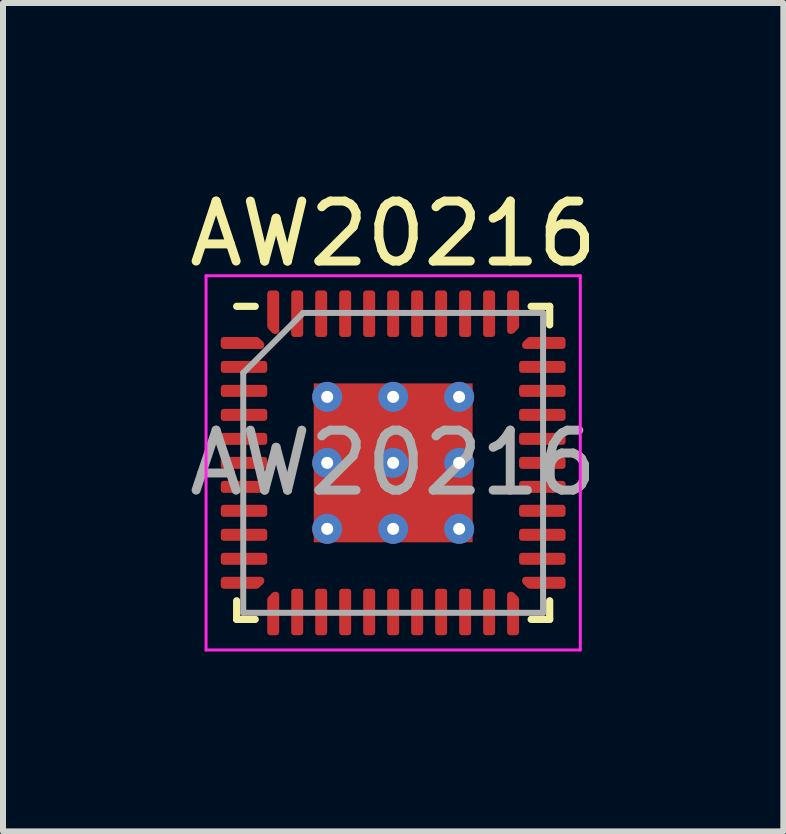
<source format=kicad_pcb>
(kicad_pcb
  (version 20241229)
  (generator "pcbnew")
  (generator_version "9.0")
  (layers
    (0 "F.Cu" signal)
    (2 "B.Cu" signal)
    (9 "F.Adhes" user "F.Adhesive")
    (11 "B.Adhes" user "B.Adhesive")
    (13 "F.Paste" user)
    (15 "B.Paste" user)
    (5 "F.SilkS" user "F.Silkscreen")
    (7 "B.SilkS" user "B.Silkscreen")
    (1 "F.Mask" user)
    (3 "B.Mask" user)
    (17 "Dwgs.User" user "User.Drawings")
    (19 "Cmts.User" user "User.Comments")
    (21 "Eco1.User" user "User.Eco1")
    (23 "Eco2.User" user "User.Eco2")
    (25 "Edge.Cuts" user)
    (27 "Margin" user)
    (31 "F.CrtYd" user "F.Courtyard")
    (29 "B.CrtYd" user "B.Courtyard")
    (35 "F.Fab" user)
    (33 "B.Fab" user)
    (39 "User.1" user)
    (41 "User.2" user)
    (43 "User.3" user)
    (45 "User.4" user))
  (footprint "AW20216"
    (layer "F.Cu")
    (at 3.506 4.668)
    (property "Reference" "AW20216" (at 0 -3.82 0) (layer "F.SilkS") (effects (font (size 1 1) (thickness 0.15))))
    (attr smd)
    (fp_line (start -2.61 -2.61) (end -2.3 -2.61) (stroke (width 0.12) (type solid)) (layer "F.SilkS"))
    (fp_line (start -2.61 2.61) (end -2.61 2.3) (stroke (width 0.12) (type solid)) (layer "F.SilkS"))
    (fp_line (start -2.3 2.61) (end -2.61 2.61) (stroke (width 0.12) (type solid)) (layer "F.SilkS"))
    (fp_line (start 2.3 -2.61) (end 2.61 -2.61) (stroke (width 0.12) (type solid)) (layer "F.SilkS"))
    (fp_line (start 2.3 2.61) (end 2.61 2.61) (stroke (width 0.12) (type solid)) (layer "F.SilkS"))
    (fp_line (start 2.61 -2.61) (end 2.61 -2.3) (stroke (width 0.12) (type solid)) (layer "F.SilkS"))
    (fp_line (start 2.61 2.61) (end 2.61 2.3) (stroke (width 0.12) (type solid)) (layer "F.SilkS"))
    (fp_line (start -3.12 -3.12) (end -3.12 3.12) (stroke (width 0.05) (type solid)) (layer "F.CrtYd"))
    (fp_line (start -3.12 3.12) (end 3.12 3.12) (stroke (width 0.05) (type solid)) (layer "F.CrtYd"))
    (fp_line (start 3.12 -3.12) (end -3.12 -3.12) (stroke (width 0.05) (type solid)) (layer "F.CrtYd"))
    (fp_line (start 3.12 3.12) (end 3.12 -3.12) (stroke (width 0.05) (type solid)) (layer "F.CrtYd"))
    (fp_line (start -2.5 -1.5) (end -1.5 -2.5) (stroke (width 0.1) (type solid)) (layer "F.Fab"))
    (fp_line (start -2.5 2.5) (end -2.5 -1.5) (stroke (width 0.1) (type solid)) (layer "F.Fab"))
    (fp_line (start -1.5 -2.5) (end 2.5 -2.5) (stroke (width 0.1) (type solid)) (layer "F.Fab"))
    (fp_line (start 2.5 -2.5) (end 2.5 2.5) (stroke (width 0.1) (type solid)) (layer "F.Fab"))
    (fp_line (start 2.5 2.5) (end -2.5 2.5) (stroke (width 0.1) (type solid)) (layer "F.Fab"))
    (fp_text user "${REFERENCE}" (at 0 0 0) (layer "F.Fab") (effects (font (size 1 1) (thickness 0.15))))
    (pad "" smd custom (at -0.8 -0.8) (size 0.65 0.65) (layers "F.Paste") (options (anchor circle)) (primitives (gr_poly (pts (xy -0.25 -0.159) (xy -0.15 -0.259) (xy 0.15 -0.259) (xy 0.25 -0.159) (xy 0.25 0.16) (xy 0.15 0.26) (xy -0.15 0.26) (xy -0.25 0.16)) (width 0.232) (fill yes))))
    (pad "" smd custom (at -0.8 0) (size 0.65 0.65) (layers "F.Paste") (options (anchor circle)) (primitives (gr_poly (pts (xy -0.25 -0.159) (xy -0.15 -0.259) (xy 0.15 -0.259) (xy 0.25 -0.159) (xy 0.25 0.16) (xy 0.15 0.26) (xy -0.15 0.26) (xy -0.25 0.16)) (width 0.232) (fill yes))))
    (pad "" smd custom (at -0.8 0.8) (size 0.65 0.65) (layers "F.Paste") (options (anchor circle)) (primitives (gr_poly (pts (xy -0.25 -0.159) (xy -0.15 -0.259) (xy 0.15 -0.259) (xy 0.25 -0.159) (xy 0.25 0.16) (xy 0.15 0.26) (xy -0.15 0.26) (xy -0.25 0.16)) (width 0.232) (fill yes))))
    (pad "" smd custom (at 0 -0.8) (size 0.65 0.65) (layers "F.Paste") (options (anchor circle)) (primitives (gr_poly (pts (xy -0.25 -0.159) (xy -0.15 -0.259) (xy 0.15 -0.259) (xy 0.25 -0.159) (xy 0.25 0.16) (xy 0.15 0.26) (xy -0.15 0.26) (xy -0.25 0.16)) (width 0.232) (fill yes))))
    (pad "" smd custom (at 0 0) (size 0.65 0.65) (layers "F.Paste") (options (anchor circle)) (primitives (gr_poly (pts (xy -0.25 -0.159) (xy -0.15 -0.259) (xy 0.15 -0.259) (xy 0.25 -0.159) (xy 0.25 0.16) (xy 0.15 0.26) (xy -0.15 0.26) (xy -0.25 0.16)) (width 0.232) (fill yes))))
    (pad "" smd custom (at 0 0.8) (size 0.65 0.65) (layers "F.Paste") (options (anchor circle)) (primitives (gr_poly (pts (xy -0.25 -0.159) (xy -0.15 -0.259) (xy 0.15 -0.259) (xy 0.25 -0.159) (xy 0.25 0.16) (xy 0.15 0.26) (xy -0.15 0.26) (xy -0.25 0.16)) (width 0.232) (fill yes))))
    (pad "" smd custom (at 0.8 -0.8) (size 0.65 0.65) (layers "F.Paste") (options (anchor circle)) (primitives (gr_poly (pts (xy -0.25 -0.159) (xy -0.15 -0.259) (xy 0.15 -0.259) (xy 0.25 -0.159) (xy 0.25 0.16) (xy 0.15 0.26) (xy -0.15 0.26) (xy -0.25 0.16)) (width 0.232) (fill yes))))
    (pad "" smd custom (at 0.8 0) (size 0.65 0.65) (layers "F.Paste") (options (anchor circle)) (primitives (gr_poly (pts (xy -0.25 -0.159) (xy -0.15 -0.259) (xy 0.15 -0.259) (xy 0.25 -0.159) (xy 0.25 0.16) (xy 0.15 0.26) (xy -0.15 0.26) (xy -0.25 0.16)) (width 0.232) (fill yes))))
    (pad "" smd custom (at 0.8 0.8) (size 0.65 0.65) (layers "F.Paste") (options (anchor circle)) (primitives (gr_poly (pts (xy -0.25 -0.159) (xy -0.15 -0.259) (xy 0.15 -0.259) (xy 0.25 -0.159) (xy 0.25 0.16) (xy 0.15 0.26) (xy -0.15 0.26) (xy -0.25 0.16)) (width 0.232) (fill yes))))
    (pad "1" smd custom (at -2.487 -2) (size 0.129 0.129) (layers "F.Cu" "F.Mask" "F.Paste") (options (anchor circle)) (primitives (gr_poly (pts (xy -0.338 -0.05) (xy 0.212 -0.05) (xy 0.287 0.021) (xy 0.287 0.05) (xy -0.338 0.05)) (width 0.1) (fill yes))))
    (pad "2" smd roundrect (at -2.487 -1.6) (size 0.775 0.2) (layers "F.Cu" "F.Mask" "F.Paste") (roundrect_rratio 0.25))
    (pad "3" smd roundrect (at -2.487 -1.2) (size 0.775 0.2) (layers "F.Cu" "F.Mask" "F.Paste") (roundrect_rratio 0.25))
    (pad "4" smd roundrect (at -2.487 -0.8) (size 0.775 0.2) (layers "F.Cu" "F.Mask" "F.Paste") (roundrect_rratio 0.25))
    (pad "5" smd roundrect (at -2.487 -0.4) (size 0.775 0.2) (layers "F.Cu" "F.Mask" "F.Paste") (roundrect_rratio 0.25))
    (pad "6" smd roundrect (at -2.487 0) (size 0.775 0.2) (layers "F.Cu" "F.Mask" "F.Paste") (roundrect_rratio 0.25))
    (pad "7" smd roundrect (at -2.487 0.4) (size 0.775 0.2) (layers "F.Cu" "F.Mask" "F.Paste") (roundrect_rratio 0.25))
    (pad "8" smd roundrect (at -2.487 0.8) (size 0.775 0.2) (layers "F.Cu" "F.Mask" "F.Paste") (roundrect_rratio 0.25))
    (pad "9" smd roundrect (at -2.487 1.2) (size 0.775 0.2) (layers "F.Cu" "F.Mask" "F.Paste") (roundrect_rratio 0.25))
    (pad "10" smd roundrect (at -2.487 1.6) (size 0.775 0.2) (layers "F.Cu" "F.Mask" "F.Paste") (roundrect_rratio 0.25))
    (pad "11" smd custom (at -2.487 2 180) (size 0.129 0.129) (layers "F.Cu" "F.Mask" "F.Paste") (options (anchor circle)) (primitives (gr_poly (pts (xy 0.338 -0.05) (xy -0.212 -0.05) (xy -0.287 0.021) (xy -0.287 0.05) (xy 0.338 0.05)) (width 0.1) (fill yes))))
    (pad "12" smd custom (at -2 2.487 90) (size 0.129 0.129) (layers "F.Cu" "F.Mask" "F.Paste") (options (anchor circle)) (primitives (gr_poly (pts (xy -0.338 -0.05) (xy 0.212 -0.05) (xy 0.287 0.021) (xy 0.287 0.05) (xy -0.338 0.05)) (width 0.1) (fill yes))))
    (pad "13" smd roundrect (at -1.6 2.487) (size 0.2 0.775) (layers "F.Cu" "F.Mask" "F.Paste") (roundrect_rratio 0.25))
    (pad "14" smd roundrect (at -1.2 2.487) (size 0.2 0.775) (layers "F.Cu" "F.Mask" "F.Paste") (roundrect_rratio 0.25))
    (pad "15" smd roundrect (at -0.8 2.487) (size 0.2 0.775) (layers "F.Cu" "F.Mask" "F.Paste") (roundrect_rratio 0.25))
    (pad "16" smd roundrect (at -0.4 2.487) (size 0.2 0.775) (layers "F.Cu" "F.Mask" "F.Paste") (roundrect_rratio 0.25))
    (pad "17" smd roundrect (at 0 2.487) (size 0.2 0.775) (layers "F.Cu" "F.Mask" "F.Paste") (roundrect_rratio 0.25))
    (pad "18" smd roundrect (at 0.4 2.487) (size 0.2 0.775) (layers "F.Cu" "F.Mask" "F.Paste") (roundrect_rratio 0.25))
    (pad "19" smd roundrect (at 0.8 2.487) (size 0.2 0.775) (layers "F.Cu" "F.Mask" "F.Paste") (roundrect_rratio 0.25))
    (pad "20" smd roundrect (at 1.2 2.487) (size 0.2 0.775) (layers "F.Cu" "F.Mask" "F.Paste") (roundrect_rratio 0.25))
    (pad "21" smd roundrect (at 1.6 2.487 270) (size 0.775 0.2) (layers "F.Cu" "F.Mask" "F.Paste") (roundrect_rratio 0.25))
    (pad "22" smd custom (at 2 2.487 90) (size 0.129 0.129) (layers "F.Cu" "F.Mask" "F.Paste") (options (anchor circle)) (primitives (gr_poly (pts (xy -0.338 0.05) (xy 0.212 0.05) (xy 0.287 -0.021) (xy 0.287 -0.05) (xy -0.338 -0.05)) (width 0.1) (fill yes))))
    (pad "23" smd custom (at 2.487 2 180) (size 0.129 0.129) (layers "F.Cu" "F.Mask" "F.Paste") (options (anchor circle)) (primitives (gr_poly (pts (xy -0.338 -0.05) (xy 0.212 -0.05) (xy 0.287 0.021) (xy 0.287 0.05) (xy -0.338 0.05)) (width 0.1) (fill yes))))
    (pad "24" smd roundrect (at 2.487 1.6) (size 0.775 0.2) (layers "F.Cu" "F.Mask" "F.Paste") (roundrect_rratio 0.25))
    (pad "25" smd roundrect (at 2.487 1.2) (size 0.775 0.2) (layers "F.Cu" "F.Mask" "F.Paste") (roundrect_rratio 0.25))
    (pad "26" smd roundrect (at 2.487 0.8) (size 0.775 0.2) (layers "F.Cu" "F.Mask" "F.Paste") (roundrect_rratio 0.25))
    (pad "27" smd roundrect (at 2.487 0.4) (size 0.775 0.2) (layers "F.Cu" "F.Mask" "F.Paste") (roundrect_rratio 0.25))
    (pad "28" smd roundrect (at 2.487 0) (size 0.775 0.2) (layers "F.Cu" "F.Mask" "F.Paste") (roundrect_rratio 0.25))
    (pad "29" smd roundrect (at 2.487 -0.4) (size 0.775 0.2) (layers "F.Cu" "F.Mask" "F.Paste") (roundrect_rratio 0.25))
    (pad "30" smd roundrect (at 2.487 -0.8) (size 0.775 0.2) (layers "F.Cu" "F.Mask" "F.Paste") (roundrect_rratio 0.25))
    (pad "31" smd roundrect (at 2.487 -1.2 270) (size 0.2 0.775) (layers "F.Cu" "F.Mask" "F.Paste") (roundrect_rratio 0.25))
    (pad "32" smd roundrect (at 2.487 -1.6 270) (size 0.2 0.775) (layers "F.Cu" "F.Mask" "F.Paste") (roundrect_rratio 0.25))
    (pad "33" smd custom (at 2.487 -2 180) (size 0.129 0.129) (layers "F.Cu" "F.Mask" "F.Paste") (options (anchor circle)) (primitives (gr_poly (pts (xy -0.338 0.05) (xy 0.212 0.05) (xy 0.287 -0.021) (xy 0.287 -0.05) (xy -0.338 -0.05)) (width 0.1) (fill yes))))
    (pad "34" smd custom (at 2 -2.487 270) (size 0.129 0.129) (layers "F.Cu" "F.Mask" "F.Paste") (options (anchor circle)) (primitives (gr_poly (pts (xy -0.338 -0.05) (xy 0.212 -0.05) (xy 0.287 0.021) (xy 0.287 0.05) (xy -0.338 0.05)) (width 0.1) (fill yes))))
    (pad "35" smd roundrect (at 1.6 -2.487) (size 0.2 0.775) (layers "F.Cu" "F.Mask" "F.Paste") (roundrect_rratio 0.25))
    (pad "36" smd roundrect (at 1.2 -2.487) (size 0.2 0.775) (layers "F.Cu" "F.Mask" "F.Paste") (roundrect_rratio 0.25))
    (pad "37" smd roundrect (at 0.8 -2.487) (size 0.2 0.775) (layers "F.Cu" "F.Mask" "F.Paste") (roundrect_rratio 0.25))
    (pad "38" smd roundrect (at 0.4 -2.487) (size 0.2 0.775) (layers "F.Cu" "F.Mask" "F.Paste") (roundrect_rratio 0.25))
    (pad "39" smd roundrect (at 0 -2.487) (size 0.2 0.775) (layers "F.Cu" "F.Mask" "F.Paste") (roundrect_rratio 0.25))
    (pad "40" smd roundrect (at -0.4 -2.487) (size 0.2 0.775) (layers "F.Cu" "F.Mask" "F.Paste") (roundrect_rratio 0.25))
    (pad "41" smd roundrect (at -0.8 -2.487) (size 0.2 0.775) (layers "F.Cu" "F.Mask" "F.Paste") (roundrect_rratio 0.25))
    (pad "42" smd roundrect (at -1.2 -2.487) (size 0.2 0.775) (layers "F.Cu" "F.Mask" "F.Paste") (roundrect_rratio 0.25))
    (pad "43" smd roundrect (at -1.6 -2.487) (size 0.2 0.775) (layers "F.Cu" "F.Mask" "F.Paste") (roundrect_rratio 0.25))
    (pad "44" smd custom (at -2 -2.487 90) (size 0.129 0.129) (layers "F.Cu" "F.Mask" "F.Paste") (options (anchor circle)) (primitives (gr_poly (pts (xy 0.338 -0.05) (xy -0.212 -0.05) (xy -0.287 0.021) (xy -0.287 0.05) (xy 0.338 0.05)) (width 0.1) (fill yes))))
    (pad "45" thru_hole circle (at -1.1 -1.1) (size 0.5 0.5) (drill 0.2) (layers "*.Cu"))
    (pad "45" thru_hole circle (at -1.1 0) (size 0.5 0.5) (drill 0.2) (layers "*.Cu"))
    (pad "45" thru_hole circle (at -1.1 1.1) (size 0.5 0.5) (drill 0.2) (layers "*.Cu"))
    (pad "45" thru_hole circle (at 0 -1.1) (size 0.5 0.5) (drill 0.2) (layers "*.Cu"))
    (pad "45" thru_hole circle (at 0 0) (size 0.5 0.5) (drill 0.2) (layers "*.Cu"))
    (pad "45" smd rect (at 0 0) (size 2.65 2.65) (layers "F.Cu" "F.Mask"))
    (pad "45" thru_hole circle (at 0 1.1) (size 0.5 0.5) (drill 0.2) (layers "*.Cu"))
    (pad "45" thru_hole circle (at 1.1 -1.1) (size 0.5 0.5) (drill 0.2) (layers "*.Cu"))
    (pad "45" thru_hole circle (at 1.1 0) (size 0.5 0.5) (drill 0.2) (layers "*.Cu"))
    (pad "45" thru_hole circle (at 1.1 1.1) (size 0.5 0.5) (drill 0.2) (layers "*.Cu")))
  (gr_rect
    (start -3 -3)
    (end 10.012 10.813)
    (stroke (width 0.1) (type default))
    (fill no)
    (layer "Edge.Cuts")))
</source>
